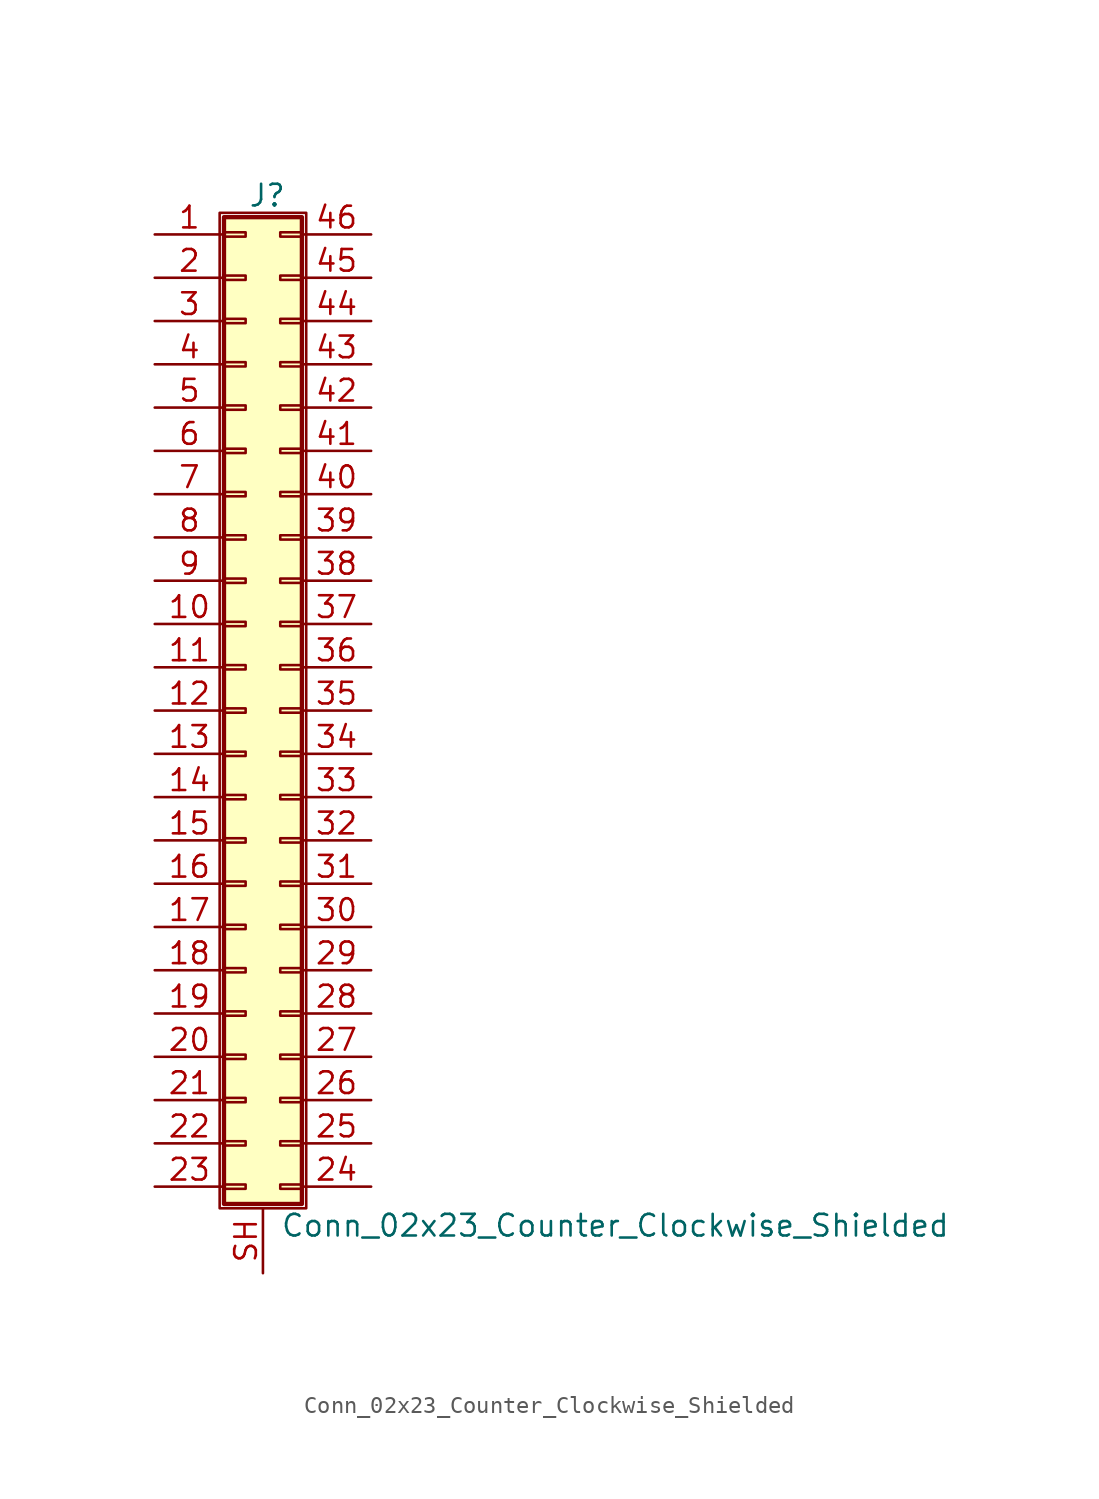
<source format=kicad_sym>
(kicad_symbol_lib
  (version 20201005)
  (generator kicad_symbol_editor)
  (symbol "Conn_02x23_Counter_Clockwise_Shielded"
    (pin_names
      (offset 1.016) hide)
    (property "Reference" "J"
      (at 1.524 30.226 0)
      (effects (font (size 1.27 1.27))))
    (property "Value" "Conn_02x23_Counter_Clockwise_Shielded"
      (at 2.286 -30.226 0)
      (effects (font (size 1.27 1.27)) (justify left)))
    (symbol "Conn_02x23_Counter_Clockwise_Shielded_1_1"
      (rectangle (start -1.27 29.21) (end 3.81 -29.21) (stroke (width 0.152)) (fill (type none)))
      (rectangle (start -1.016 -27.813) (end 0.254 -28.067) (stroke (width 0.152)) (fill (type none)))
      (rectangle (start -1.016 -25.273) (end 0.254 -25.527) (stroke (width 0.152)) (fill (type none)))
      (rectangle (start -1.016 -22.733) (end 0.254 -22.987) (stroke (width 0.152)) (fill (type none)))
      (rectangle (start -1.016 -20.193) (end 0.254 -20.447) (stroke (width 0.152)) (fill (type none)))
      (rectangle (start -1.016 -17.653) (end 0.254 -17.907) (stroke (width 0.152)) (fill (type none)))
      (rectangle (start -1.016 -15.113) (end 0.254 -15.367) (stroke (width 0.152)) (fill (type none)))
      (rectangle (start -1.016 -12.573) (end 0.254 -12.827) (stroke (width 0.152)) (fill (type none)))
      (rectangle (start -1.016 -10.033) (end 0.254 -10.287) (stroke (width 0.152)) (fill (type none)))
      (rectangle (start -1.016 -7.493) (end 0.254 -7.747) (stroke (width 0.152)) (fill (type none)))
      (rectangle (start -1.016 -4.953) (end 0.254 -5.207) (stroke (width 0.152)) (fill (type none)))
      (rectangle (start -1.016 -2.413) (end 0.254 -2.667) (stroke (width 0.152)) (fill (type none)))
      (rectangle (start -1.016 0.127) (end 0.254 -0.127) (stroke (width 0.152)) (fill (type none)))
      (rectangle (start -1.016 2.667) (end 0.254 2.413) (stroke (width 0.152)) (fill (type none)))
      (rectangle (start -1.016 5.207) (end 0.254 4.953) (stroke (width 0.152)) (fill (type none)))
      (rectangle (start -1.016 7.747) (end 0.254 7.493) (stroke (width 0.152)) (fill (type none)))
      (rectangle (start -1.016 10.287) (end 0.254 10.033) (stroke (width 0.152)) (fill (type none)))
      (rectangle (start -1.016 12.827) (end 0.254 12.573) (stroke (width 0.152)) (fill (type none)))
      (rectangle (start -1.016 15.367) (end 0.254 15.113) (stroke (width 0.152)) (fill (type none)))
      (rectangle (start -1.016 17.907) (end 0.254 17.653) (stroke (width 0.152)) (fill (type none)))
      (rectangle (start -1.016 20.447) (end 0.254 20.193) (stroke (width 0.152)) (fill (type none)))
      (rectangle (start -1.016 22.987) (end 0.254 22.733) (stroke (width 0.152)) (fill (type none)))
      (rectangle (start -1.016 25.527) (end 0.254 25.273) (stroke (width 0.152)) (fill (type none)))
      (rectangle (start -1.016 28.067) (end 0.254 27.813) (stroke (width 0.152)) (fill (type none)))
      (rectangle (start 3.556 -27.813) (end 2.286 -28.067) (stroke (width 0.152)) (fill (type none)))
      (rectangle (start 3.556 -25.273) (end 2.286 -25.527) (stroke (width 0.152)) (fill (type none)))
      (rectangle (start 3.556 -22.733) (end 2.286 -22.987) (stroke (width 0.152)) (fill (type none)))
      (rectangle (start 3.556 -20.193) (end 2.286 -20.447) (stroke (width 0.152)) (fill (type none)))
      (rectangle (start 3.556 -17.653) (end 2.286 -17.907) (stroke (width 0.152)) (fill (type none)))
      (rectangle (start 3.556 -15.113) (end 2.286 -15.367) (stroke (width 0.152)) (fill (type none)))
      (rectangle (start 3.556 -12.573) (end 2.286 -12.827) (stroke (width 0.152)) (fill (type none)))
      (rectangle (start 3.556 -10.033) (end 2.286 -10.287) (stroke (width 0.152)) (fill (type none)))
      (rectangle (start 3.556 -7.493) (end 2.286 -7.747) (stroke (width 0.152)) (fill (type none)))
      (rectangle (start 3.556 -4.953) (end 2.286 -5.207) (stroke (width 0.152)) (fill (type none)))
      (rectangle (start 3.556 -2.413) (end 2.286 -2.667) (stroke (width 0.152)) (fill (type none)))
      (rectangle (start 3.556 0.127) (end 2.286 -0.127) (stroke (width 0.152)) (fill (type none)))
      (rectangle (start 3.556 2.667) (end 2.286 2.413) (stroke (width 0.152)) (fill (type none)))
      (rectangle (start 3.556 5.207) (end 2.286 4.953) (stroke (width 0.152)) (fill (type none)))
      (rectangle (start 3.556 7.747) (end 2.286 7.493) (stroke (width 0.152)) (fill (type none)))
      (rectangle (start 3.556 10.287) (end 2.286 10.033) (stroke (width 0.152)) (fill (type none)))
      (rectangle (start 3.556 12.827) (end 2.286 12.573) (stroke (width 0.152)) (fill (type none)))
      (rectangle (start 3.556 15.367) (end 2.286 15.113) (stroke (width 0.152)) (fill (type none)))
      (rectangle (start 3.556 17.907) (end 2.286 17.653) (stroke (width 0.152)) (fill (type none)))
      (rectangle (start 3.556 20.447) (end 2.286 20.193) (stroke (width 0.152)) (fill (type none)))
      (rectangle (start 3.556 22.987) (end 2.286 22.733) (stroke (width 0.152)) (fill (type none)))
      (rectangle (start 3.556 25.527) (end 2.286 25.273) (stroke (width 0.152)) (fill (type none)))
      (rectangle (start 3.556 28.067) (end 2.286 27.813) (stroke (width 0.152)) (fill (type none)))
      (rectangle (start -1.016 28.956) (end 3.556 -28.956) (stroke (width 0.254)) (fill (type background)))
      (pin passive line (at -5.08 27.94 0) (length 4.064) (name "Pin_1" (effects (font (size 1.27 1.27)))) (number "1" (effects (font (size 1.27 1.27)))))
      (pin passive line (at -5.08 5.08 0) (length 4.064) (name "Pin_10" (effects (font (size 1.27 1.27)))) (number "10" (effects (font (size 1.27 1.27)))))
      (pin passive line (at -5.08 2.54 0) (length 4.064) (name "Pin_11" (effects (font (size 1.27 1.27)))) (number "11" (effects (font (size 1.27 1.27)))))
      (pin passive line (at -5.08 0 0) (length 4.064) (name "Pin_12" (effects (font (size 1.27 1.27)))) (number "12" (effects (font (size 1.27 1.27)))))
      (pin passive line (at -5.08 -2.54 0) (length 4.064) (name "Pin_13" (effects (font (size 1.27 1.27)))) (number "13" (effects (font (size 1.27 1.27)))))
      (pin passive line (at -5.08 -5.08 0) (length 4.064) (name "Pin_14" (effects (font (size 1.27 1.27)))) (number "14" (effects (font (size 1.27 1.27)))))
      (pin passive line (at -5.08 -7.62 0) (length 4.064) (name "Pin_15" (effects (font (size 1.27 1.27)))) (number "15" (effects (font (size 1.27 1.27)))))
      (pin passive line (at -5.08 -10.16 0) (length 4.064) (name "Pin_16" (effects (font (size 1.27 1.27)))) (number "16" (effects (font (size 1.27 1.27)))))
      (pin passive line (at -5.08 -12.7 0) (length 4.064) (name "Pin_17" (effects (font (size 1.27 1.27)))) (number "17" (effects (font (size 1.27 1.27)))))
      (pin passive line (at -5.08 -15.24 0) (length 4.064) (name "Pin_18" (effects (font (size 1.27 1.27)))) (number "18" (effects (font (size 1.27 1.27)))))
      (pin passive line (at -5.08 -17.78 0) (length 4.064) (name "Pin_19" (effects (font (size 1.27 1.27)))) (number "19" (effects (font (size 1.27 1.27)))))
      (pin passive line (at -5.08 25.4 0) (length 4.064) (name "Pin_2" (effects (font (size 1.27 1.27)))) (number "2" (effects (font (size 1.27 1.27)))))
      (pin passive line (at -5.08 -20.32 0) (length 4.064) (name "Pin_20" (effects (font (size 1.27 1.27)))) (number "20" (effects (font (size 1.27 1.27)))))
      (pin passive line (at -5.08 -22.86 0) (length 4.064) (name "Pin_21" (effects (font (size 1.27 1.27)))) (number "21" (effects (font (size 1.27 1.27)))))
      (pin passive line (at -5.08 -25.4 0) (length 4.064) (name "Pin_22" (effects (font (size 1.27 1.27)))) (number "22" (effects (font (size 1.27 1.27)))))
      (pin passive line (at -5.08 -27.94 0) (length 4.064) (name "Pin_23" (effects (font (size 1.27 1.27)))) (number "23" (effects (font (size 1.27 1.27)))))
      (pin passive line (at 7.62 -27.94 180) (length 4.064) (name "Pin_24" (effects (font (size 1.27 1.27)))) (number "24" (effects (font (size 1.27 1.27)))))
      (pin passive line (at 7.62 -25.4 180) (length 4.064) (name "Pin_25" (effects (font (size 1.27 1.27)))) (number "25" (effects (font (size 1.27 1.27)))))
      (pin passive line (at 7.62 -22.86 180) (length 4.064) (name "Pin_26" (effects (font (size 1.27 1.27)))) (number "26" (effects (font (size 1.27 1.27)))))
      (pin passive line (at 7.62 -20.32 180) (length 4.064) (name "Pin_27" (effects (font (size 1.27 1.27)))) (number "27" (effects (font (size 1.27 1.27)))))
      (pin passive line (at 7.62 -17.78 180) (length 4.064) (name "Pin_28" (effects (font (size 1.27 1.27)))) (number "28" (effects (font (size 1.27 1.27)))))
      (pin passive line (at 7.62 -15.24 180) (length 4.064) (name "Pin_29" (effects (font (size 1.27 1.27)))) (number "29" (effects (font (size 1.27 1.27)))))
      (pin passive line (at -5.08 22.86 0) (length 4.064) (name "Pin_3" (effects (font (size 1.27 1.27)))) (number "3" (effects (font (size 1.27 1.27)))))
      (pin passive line (at 7.62 -12.7 180) (length 4.064) (name "Pin_30" (effects (font (size 1.27 1.27)))) (number "30" (effects (font (size 1.27 1.27)))))
      (pin passive line (at 7.62 -10.16 180) (length 4.064) (name "Pin_31" (effects (font (size 1.27 1.27)))) (number "31" (effects (font (size 1.27 1.27)))))
      (pin passive line (at 7.62 -7.62 180) (length 4.064) (name "Pin_32" (effects (font (size 1.27 1.27)))) (number "32" (effects (font (size 1.27 1.27)))))
      (pin passive line (at 7.62 -5.08 180) (length 4.064) (name "Pin_33" (effects (font (size 1.27 1.27)))) (number "33" (effects (font (size 1.27 1.27)))))
      (pin passive line (at 7.62 -2.54 180) (length 4.064) (name "Pin_34" (effects (font (size 1.27 1.27)))) (number "34" (effects (font (size 1.27 1.27)))))
      (pin passive line (at 7.62 0 180) (length 4.064) (name "Pin_35" (effects (font (size 1.27 1.27)))) (number "35" (effects (font (size 1.27 1.27)))))
      (pin passive line (at 7.62 2.54 180) (length 4.064) (name "Pin_36" (effects (font (size 1.27 1.27)))) (number "36" (effects (font (size 1.27 1.27)))))
      (pin passive line (at 7.62 5.08 180) (length 4.064) (name "Pin_37" (effects (font (size 1.27 1.27)))) (number "37" (effects (font (size 1.27 1.27)))))
      (pin passive line (at 7.62 7.62 180) (length 4.064) (name "Pin_38" (effects (font (size 1.27 1.27)))) (number "38" (effects (font (size 1.27 1.27)))))
      (pin passive line (at 7.62 10.16 180) (length 4.064) (name "Pin_39" (effects (font (size 1.27 1.27)))) (number "39" (effects (font (size 1.27 1.27)))))
      (pin passive line (at -5.08 20.32 0) (length 4.064) (name "Pin_4" (effects (font (size 1.27 1.27)))) (number "4" (effects (font (size 1.27 1.27)))))
      (pin passive line (at 7.62 12.7 180) (length 4.064) (name "Pin_40" (effects (font (size 1.27 1.27)))) (number "40" (effects (font (size 1.27 1.27)))))
      (pin passive line (at 7.62 15.24 180) (length 4.064) (name "Pin_41" (effects (font (size 1.27 1.27)))) (number "41" (effects (font (size 1.27 1.27)))))
      (pin passive line (at 7.62 17.78 180) (length 4.064) (name "Pin_42" (effects (font (size 1.27 1.27)))) (number "42" (effects (font (size 1.27 1.27)))))
      (pin passive line (at 7.62 20.32 180) (length 4.064) (name "Pin_43" (effects (font (size 1.27 1.27)))) (number "43" (effects (font (size 1.27 1.27)))))
      (pin passive line (at 7.62 22.86 180) (length 4.064) (name "Pin_44" (effects (font (size 1.27 1.27)))) (number "44" (effects (font (size 1.27 1.27)))))
      (pin passive line (at 7.62 25.4 180) (length 4.064) (name "Pin_45" (effects (font (size 1.27 1.27)))) (number "45" (effects (font (size 1.27 1.27)))))
      (pin passive line (at 7.62 27.94 180) (length 4.064) (name "Pin_46" (effects (font (size 1.27 1.27)))) (number "46" (effects (font (size 1.27 1.27)))))
      (pin passive line (at -5.08 17.78 0) (length 4.064) (name "Pin_5" (effects (font (size 1.27 1.27)))) (number "5" (effects (font (size 1.27 1.27)))))
      (pin passive line (at -5.08 15.24 0) (length 4.064) (name "Pin_6" (effects (font (size 1.27 1.27)))) (number "6" (effects (font (size 1.27 1.27)))))
      (pin passive line (at -5.08 12.7 0) (length 4.064) (name "Pin_7" (effects (font (size 1.27 1.27)))) (number "7" (effects (font (size 1.27 1.27)))))
      (pin passive line (at -5.08 10.16 0) (length 4.064) (name "Pin_8" (effects (font (size 1.27 1.27)))) (number "8" (effects (font (size 1.27 1.27)))))
      (pin passive line (at -5.08 7.62 0) (length 4.064) (name "Pin_9" (effects (font (size 1.27 1.27)))) (number "9" (effects (font (size 1.27 1.27)))))
      (pin passive line (at 1.27 -33.02 90) (length 3.81) (name "Shield" (effects (font (size 1.27 1.27)))) (number "SH" (effects (font (size 1.27 1.27))))))))
</source>
